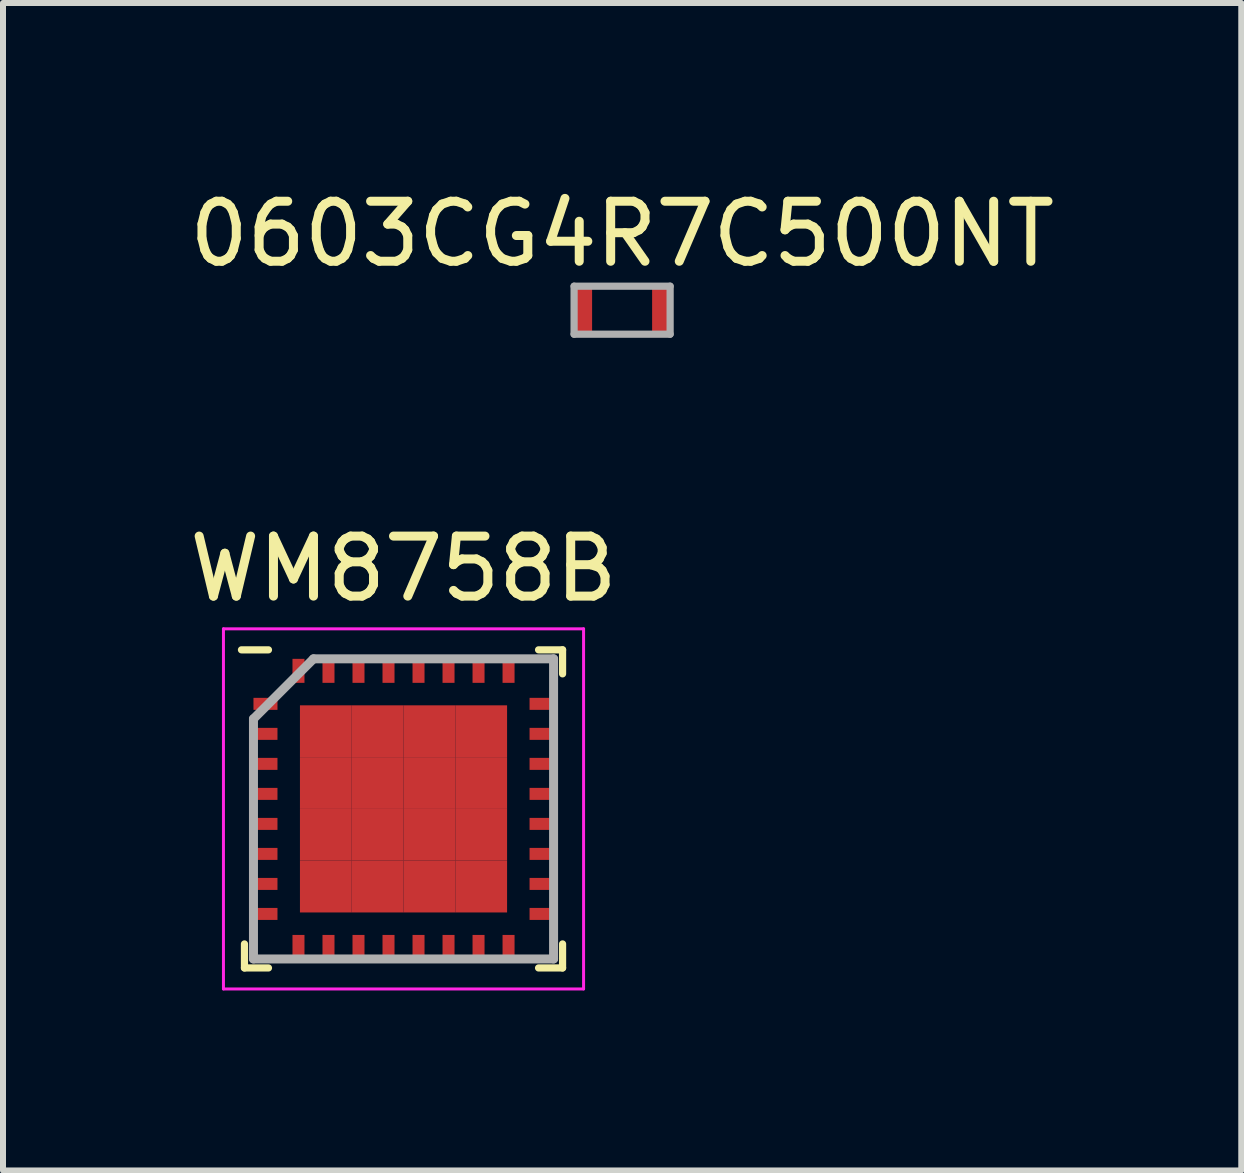
<source format=kicad_pcb>
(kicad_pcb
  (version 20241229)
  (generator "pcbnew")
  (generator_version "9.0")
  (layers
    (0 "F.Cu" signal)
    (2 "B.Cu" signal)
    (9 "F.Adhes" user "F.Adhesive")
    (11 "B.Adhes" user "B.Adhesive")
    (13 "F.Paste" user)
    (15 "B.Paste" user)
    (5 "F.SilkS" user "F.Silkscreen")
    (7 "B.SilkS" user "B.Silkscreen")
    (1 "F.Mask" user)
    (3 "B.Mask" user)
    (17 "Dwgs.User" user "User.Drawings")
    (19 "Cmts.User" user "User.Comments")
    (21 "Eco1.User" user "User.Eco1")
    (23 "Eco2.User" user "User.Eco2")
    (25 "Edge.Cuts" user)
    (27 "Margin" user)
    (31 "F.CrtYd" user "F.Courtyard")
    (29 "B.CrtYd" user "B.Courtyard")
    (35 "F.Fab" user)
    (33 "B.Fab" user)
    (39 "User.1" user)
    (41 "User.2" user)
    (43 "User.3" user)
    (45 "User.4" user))
  (footprint "WM8758B"
    (layer "F.Cu")
    (at 3.673 10.427)
    (property "Reference" "WM8758B" (at 0 -4 0) (layer "F.SilkS") (effects (font (size 1 1) (thickness 0.15))))
    (attr smd)
    (fp_line (start -2.65 2.65) (end -2.65 2.25) (stroke (width 0.12) (type solid)) (layer "F.SilkS"))
    (fp_line (start -2.25 -2.65) (end -2.7 -2.65) (stroke (width 0.12) (type solid)) (layer "F.SilkS"))
    (fp_line (start -2.25 2.65) (end -2.65 2.65) (stroke (width 0.12) (type solid)) (layer "F.SilkS"))
    (fp_line (start 2.25 -2.65) (end 2.65 -2.65) (stroke (width 0.12) (type solid)) (layer "F.SilkS"))
    (fp_line (start 2.25 2.65) (end 2.65 2.65) (stroke (width 0.12) (type solid)) (layer "F.SilkS"))
    (fp_line (start 2.65 -2.65) (end 2.65 -2.25) (stroke (width 0.12) (type solid)) (layer "F.SilkS"))
    (fp_line (start 2.65 2.65) (end 2.65 2.25) (stroke (width 0.12) (type solid)) (layer "F.SilkS"))
    (fp_line (start -3 -3) (end 3 -3) (stroke (width 0.05) (type solid)) (layer "F.CrtYd"))
    (fp_line (start -3 3) (end -3 -3) (stroke (width 0.05) (type solid)) (layer "F.CrtYd"))
    (fp_line (start 3 -3) (end 3 3) (stroke (width 0.05) (type solid)) (layer "F.CrtYd"))
    (fp_line (start 3 3) (end -3 3) (stroke (width 0.05) (type solid)) (layer "F.CrtYd"))
    (fp_line (start -2.5 -1.5) (end -2.5 2.5) (stroke (width 0.15) (type solid)) (layer "F.Fab"))
    (fp_line (start -2.5 2.5) (end 2.5 2.5) (stroke (width 0.15) (type solid)) (layer "F.Fab"))
    (fp_line (start -1.5 -2.5) (end -2.5 -1.5) (stroke (width 0.15) (type solid)) (layer "F.Fab"))
    (fp_line (start 2.5 -2.5) (end -1.5 -2.5) (stroke (width 0.15) (type solid)) (layer "F.Fab"))
    (fp_line (start 2.5 2.5) (end 2.5 -2.5) (stroke (width 0.15) (type solid)) (layer "F.Fab"))
    (pad "1" smd rect (at -2.3 -1.75 90) (size 0.2 0.4) (layers "F.Cu" "F.Mask" "F.Paste"))
    (pad "2" smd rect (at -2.3 -1.25 90) (size 0.2 0.4) (layers "F.Cu" "F.Mask" "F.Paste"))
    (pad "3" smd rect (at -2.3 -0.75 90) (size 0.2 0.4) (layers "F.Cu" "F.Mask" "F.Paste"))
    (pad "4" smd rect (at -2.3 -0.25 90) (size 0.2 0.4) (layers "F.Cu" "F.Mask" "F.Paste"))
    (pad "5" smd rect (at -2.3 0.25 90) (size 0.2 0.4) (layers "F.Cu" "F.Mask" "F.Paste"))
    (pad "6" smd rect (at -2.3 0.75 90) (size 0.2 0.4) (layers "F.Cu" "F.Mask" "F.Paste"))
    (pad "7" smd rect (at -2.3 1.25 90) (size 0.2 0.4) (layers "F.Cu" "F.Mask" "F.Paste"))
    (pad "8" smd rect (at -2.3 1.75 90) (size 0.2 0.4) (layers "F.Cu" "F.Mask" "F.Paste"))
    (pad "9" smd rect (at -1.75 2.3) (size 0.2 0.4) (layers "F.Cu" "F.Mask" "F.Paste"))
    (pad "10" smd rect (at -1.25 2.3) (size 0.2 0.4) (layers "F.Cu" "F.Mask" "F.Paste"))
    (pad "11" smd rect (at -0.75 2.3) (size 0.2 0.4) (layers "F.Cu" "F.Mask" "F.Paste"))
    (pad "12" smd rect (at -0.25 2.3) (size 0.2 0.4) (layers "F.Cu" "F.Mask" "F.Paste"))
    (pad "13" smd rect (at 0.25 2.3) (size 0.2 0.4) (layers "F.Cu" "F.Mask" "F.Paste"))
    (pad "14" smd rect (at 0.75 2.3) (size 0.2 0.4) (layers "F.Cu" "F.Mask" "F.Paste"))
    (pad "15" smd rect (at 1.25 2.3) (size 0.2 0.4) (layers "F.Cu" "F.Mask" "F.Paste"))
    (pad "16" smd rect (at 1.75 2.3) (size 0.2 0.4) (layers "F.Cu" "F.Mask" "F.Paste"))
    (pad "17" smd rect (at 2.3 1.75 90) (size 0.2 0.4) (layers "F.Cu" "F.Mask" "F.Paste"))
    (pad "18" smd rect (at 2.3 1.25 90) (size 0.2 0.4) (layers "F.Cu" "F.Mask" "F.Paste"))
    (pad "19" smd rect (at 2.3 0.75 90) (size 0.2 0.4) (layers "F.Cu" "F.Mask" "F.Paste"))
    (pad "20" smd rect (at 2.3 0.25 90) (size 0.2 0.4) (layers "F.Cu" "F.Mask" "F.Paste"))
    (pad "21" smd rect (at 2.3 -0.25 90) (size 0.2 0.4) (layers "F.Cu" "F.Mask" "F.Paste"))
    (pad "22" smd rect (at 2.3 -0.75 90) (size 0.2 0.4) (layers "F.Cu" "F.Mask" "F.Paste"))
    (pad "23" smd rect (at 2.3 -1.25 90) (size 0.2 0.4) (layers "F.Cu" "F.Mask" "F.Paste"))
    (pad "24" smd rect (at 2.3 -1.75 90) (size 0.2 0.4) (layers "F.Cu" "F.Mask" "F.Paste"))
    (pad "25" smd rect (at 1.75 -2.3) (size 0.2 0.4) (layers "F.Cu" "F.Mask" "F.Paste"))
    (pad "26" smd rect (at 1.25 -2.3) (size 0.2 0.4) (layers "F.Cu" "F.Mask" "F.Paste"))
    (pad "27" smd rect (at 0.75 -2.3) (size 0.2 0.4) (layers "F.Cu" "F.Mask" "F.Paste"))
    (pad "28" smd rect (at 0.25 -2.3) (size 0.2 0.4) (layers "F.Cu" "F.Mask" "F.Paste"))
    (pad "29" smd rect (at -0.25 -2.3) (size 0.2 0.4) (layers "F.Cu" "F.Mask" "F.Paste"))
    (pad "30" smd rect (at -0.75 -2.3) (size 0.2 0.4) (layers "F.Cu" "F.Mask" "F.Paste"))
    (pad "31" smd rect (at -1.25 -2.3) (size 0.2 0.4) (layers "F.Cu" "F.Mask" "F.Paste"))
    (pad "32" smd rect (at -1.75 -2.3) (size 0.2 0.4) (layers "F.Cu" "F.Mask" "F.Paste"))
    (pad "33" smd rect (at -1.294 -1.294) (size 0.863 0.863) (layers "F.Cu" "F.Mask" "F.Paste"))
    (pad "33" smd rect (at -1.294 -0.431) (size 0.863 0.863) (layers "F.Cu" "F.Mask" "F.Paste"))
    (pad "33" smd rect (at -1.294 0.431) (size 0.863 0.863) (layers "F.Cu" "F.Mask" "F.Paste"))
    (pad "33" smd rect (at -1.294 1.294) (size 0.863 0.863) (layers "F.Cu" "F.Mask" "F.Paste"))
    (pad "33" smd rect (at -0.431 -1.294) (size 0.863 0.863) (layers "F.Cu" "F.Mask" "F.Paste"))
    (pad "33" smd rect (at -0.431 -0.431) (size 0.863 0.863) (layers "F.Cu" "F.Mask" "F.Paste"))
    (pad "33" smd rect (at -0.431 0.431) (size 0.863 0.863) (layers "F.Cu" "F.Mask" "F.Paste"))
    (pad "33" smd rect (at -0.431 1.294) (size 0.863 0.863) (layers "F.Cu" "F.Mask" "F.Paste"))
    (pad "33" smd rect (at 0.431 -1.294) (size 0.863 0.863) (layers "F.Cu" "F.Mask" "F.Paste"))
    (pad "33" smd rect (at 0.431 -0.431) (size 0.863 0.863) (layers "F.Cu" "F.Mask" "F.Paste"))
    (pad "33" smd rect (at 0.431 0.431) (size 0.863 0.863) (layers "F.Cu" "F.Mask" "F.Paste"))
    (pad "33" smd rect (at 0.431 1.294) (size 0.863 0.863) (layers "F.Cu" "F.Mask" "F.Paste"))
    (pad "33" smd rect (at 1.294 -1.294) (size 0.863 0.863) (layers "F.Cu" "F.Mask" "F.Paste"))
    (pad "33" smd rect (at 1.294 -0.431) (size 0.863 0.863) (layers "F.Cu" "F.Mask" "F.Paste"))
    (pad "33" smd rect (at 1.294 0.431) (size 0.863 0.863) (layers "F.Cu" "F.Mask" "F.Paste"))
    (pad "33" smd rect (at 1.294 1.294) (size 0.863 0.863) (layers "F.Cu" "F.Mask" "F.Paste")))
  (footprint "0603CG4R7C500NT"
    (layer "F.Cu")
    (at 7.315 2.118)
    (property "Reference" "0603CG4R7C500NT" (at 0 -1.27 0) (layer "F.SilkS") (effects (font (size 1 1) (thickness 0.15))))
    (attr through_hole)
    (fp_line (start -0.8 -0.4) (end -0.8 0.4) (stroke (width 0.12) (type solid)) (layer "F.Fab"))
    (fp_line (start -0.8 -0.4) (end 0.8 -0.4) (stroke (width 0.12) (type solid)) (layer "F.Fab"))
    (fp_line (start -0.8 0.4) (end 0.8 0.4) (stroke (width 0.12) (type solid)) (layer "F.Fab"))
    (fp_line (start 0.8 -0.4) (end 0.8 0.4) (stroke (width 0.12) (type solid)) (layer "F.Fab"))
    (pad "1" smd rect (at -0.65 0) (size 0.3 0.8) (layers "F.Cu" "F.Mask" "F.Paste"))
    (pad "2" smd rect (at 0.65 0) (size 0.3 0.8) (layers "F.Cu" "F.Mask" "F.Paste")))
  (gr_rect
    (start -3 -3)
    (end 17.631 16.451)
    (stroke (width 0.1) (type default))
    (fill no)
    (layer "Edge.Cuts")))
</source>
